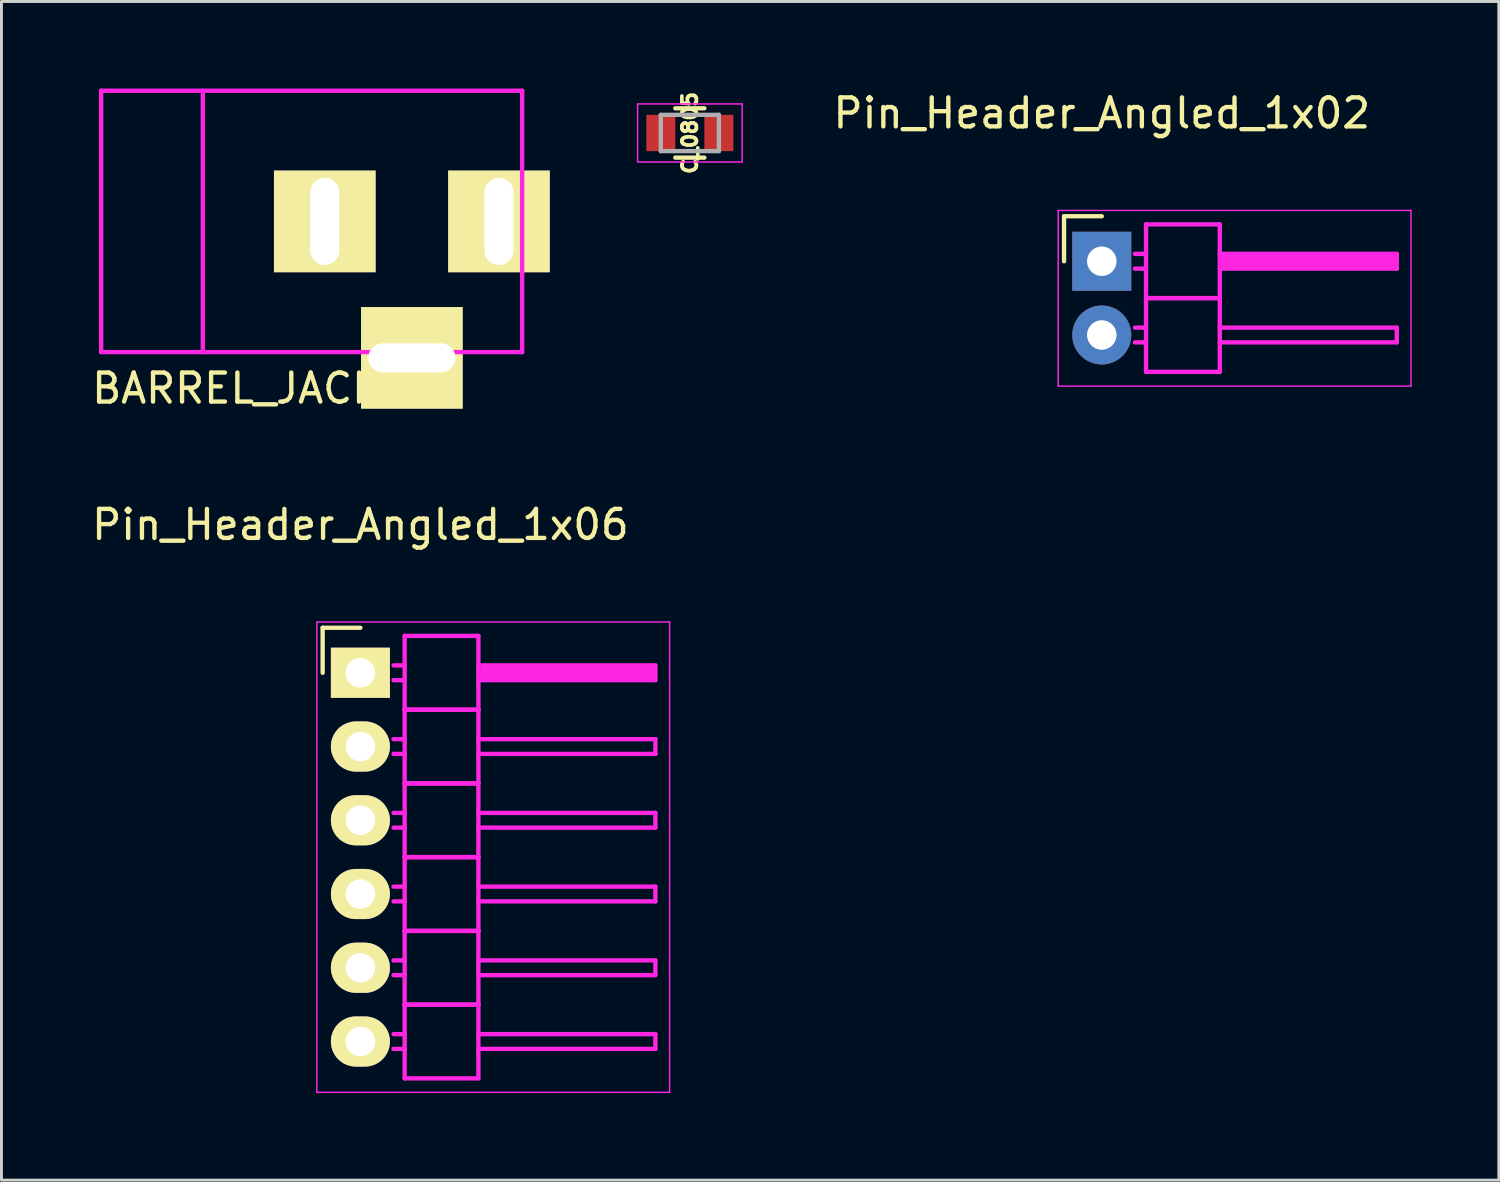
<source format=kicad_pcb>
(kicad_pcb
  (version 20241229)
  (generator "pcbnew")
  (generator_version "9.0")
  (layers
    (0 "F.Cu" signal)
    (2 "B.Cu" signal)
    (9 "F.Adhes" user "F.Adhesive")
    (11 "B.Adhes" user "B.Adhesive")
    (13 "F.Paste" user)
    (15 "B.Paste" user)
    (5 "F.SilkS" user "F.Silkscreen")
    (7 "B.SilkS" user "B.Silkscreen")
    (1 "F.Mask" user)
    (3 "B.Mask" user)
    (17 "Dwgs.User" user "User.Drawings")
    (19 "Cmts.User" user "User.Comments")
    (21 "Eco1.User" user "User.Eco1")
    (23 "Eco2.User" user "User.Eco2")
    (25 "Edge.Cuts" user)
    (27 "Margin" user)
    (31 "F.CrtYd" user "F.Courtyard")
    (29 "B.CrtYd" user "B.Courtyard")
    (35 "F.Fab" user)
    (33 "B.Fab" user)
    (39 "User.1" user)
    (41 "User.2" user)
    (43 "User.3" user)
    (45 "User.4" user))
  (footprint "Pin_Header_Angled_1x06"
    (layer "F.Cu")
    (at 9.363 20.122)
    (property "Reference" "Pin_Header_Angled_1x06" (at 0 -5.1 0) (layer "F.SilkS") (effects (font (size 1 1) (thickness 0.15))))
    (attr through_hole)
    (fp_line (start -1.3 -1.55) (end -1.3 0) (stroke (width 0.15) (type solid)) (layer "F.SilkS"))
    (fp_line (start 0 -1.55) (end -1.3 -1.55) (stroke (width 0.15) (type solid)) (layer "F.SilkS"))
    (fp_line (start -1.5 -1.75) (end -1.5 14.45) (stroke (width 0.05) (type solid)) (layer "F.CrtYd"))
    (fp_line (start -1.5 -1.75) (end 10.65 -1.75) (stroke (width 0.05) (type solid)) (layer "F.CrtYd"))
    (fp_line (start -1.5 14.45) (end 10.65 14.45) (stroke (width 0.05) (type solid)) (layer "F.CrtYd"))
    (fp_line (start 1.524 -1.27) (end 1.524 1.27) (stroke (width 0.15) (type solid)) (layer "F.CrtYd"))
    (fp_line (start 1.524 -1.27) (end 4.064 -1.27) (stroke (width 0.15) (type solid)) (layer "F.CrtYd"))
    (fp_line (start 1.524 -0.254) (end 1.143 -0.254) (stroke (width 0.15) (type solid)) (layer "F.CrtYd"))
    (fp_line (start 1.524 0.254) (end 1.143 0.254) (stroke (width 0.15) (type solid)) (layer "F.CrtYd"))
    (fp_line (start 1.524 1.27) (end 1.524 3.81) (stroke (width 0.15) (type solid)) (layer "F.CrtYd"))
    (fp_line (start 1.524 1.27) (end 4.064 1.27) (stroke (width 0.15) (type solid)) (layer "F.CrtYd"))
    (fp_line (start 1.524 1.27) (end 4.064 1.27) (stroke (width 0.15) (type solid)) (layer "F.CrtYd"))
    (fp_line (start 1.524 2.286) (end 1.143 2.286) (stroke (width 0.15) (type solid)) (layer "F.CrtYd"))
    (fp_line (start 1.524 2.794) (end 1.143 2.794) (stroke (width 0.15) (type solid)) (layer "F.CrtYd"))
    (fp_line (start 1.524 3.81) (end 1.524 6.35) (stroke (width 0.15) (type solid)) (layer "F.CrtYd"))
    (fp_line (start 1.524 3.81) (end 4.064 3.81) (stroke (width 0.15) (type solid)) (layer "F.CrtYd"))
    (fp_line (start 1.524 3.81) (end 4.064 3.81) (stroke (width 0.15) (type solid)) (layer "F.CrtYd"))
    (fp_line (start 1.524 4.826) (end 1.143 4.826) (stroke (width 0.15) (type solid)) (layer "F.CrtYd"))
    (fp_line (start 1.524 5.334) (end 1.143 5.334) (stroke (width 0.15) (type solid)) (layer "F.CrtYd"))
    (fp_line (start 1.524 6.35) (end 1.524 8.89) (stroke (width 0.15) (type solid)) (layer "F.CrtYd"))
    (fp_line (start 1.524 6.35) (end 4.064 6.35) (stroke (width 0.15) (type solid)) (layer "F.CrtYd"))
    (fp_line (start 1.524 6.35) (end 4.064 6.35) (stroke (width 0.15) (type solid)) (layer "F.CrtYd"))
    (fp_line (start 1.524 7.366) (end 1.143 7.366) (stroke (width 0.15) (type solid)) (layer "F.CrtYd"))
    (fp_line (start 1.524 7.874) (end 1.143 7.874) (stroke (width 0.15) (type solid)) (layer "F.CrtYd"))
    (fp_line (start 1.524 8.89) (end 1.524 11.43) (stroke (width 0.15) (type solid)) (layer "F.CrtYd"))
    (fp_line (start 1.524 8.89) (end 4.064 8.89) (stroke (width 0.15) (type solid)) (layer "F.CrtYd"))
    (fp_line (start 1.524 8.89) (end 4.064 8.89) (stroke (width 0.15) (type solid)) (layer "F.CrtYd"))
    (fp_line (start 1.524 9.906) (end 1.143 9.906) (stroke (width 0.15) (type solid)) (layer "F.CrtYd"))
    (fp_line (start 1.524 10.414) (end 1.143 10.414) (stroke (width 0.15) (type solid)) (layer "F.CrtYd"))
    (fp_line (start 1.524 11.43) (end 1.524 13.97) (stroke (width 0.15) (type solid)) (layer "F.CrtYd"))
    (fp_line (start 1.524 11.43) (end 4.064 11.43) (stroke (width 0.15) (type solid)) (layer "F.CrtYd"))
    (fp_line (start 1.524 11.43) (end 4.064 11.43) (stroke (width 0.15) (type solid)) (layer "F.CrtYd"))
    (fp_line (start 1.524 12.446) (end 1.143 12.446) (stroke (width 0.15) (type solid)) (layer "F.CrtYd"))
    (fp_line (start 1.524 12.954) (end 1.143 12.954) (stroke (width 0.15) (type solid)) (layer "F.CrtYd"))
    (fp_line (start 1.524 13.97) (end 4.064 13.97) (stroke (width 0.15) (type solid)) (layer "F.CrtYd"))
    (fp_line (start 4.064 -0.254) (end 10.16 -0.254) (stroke (width 0.15) (type solid)) (layer "F.CrtYd"))
    (fp_line (start 4.064 1.27) (end 4.064 -1.27) (stroke (width 0.15) (type solid)) (layer "F.CrtYd"))
    (fp_line (start 4.064 2.286) (end 10.16 2.286) (stroke (width 0.15) (type solid)) (layer "F.CrtYd"))
    (fp_line (start 4.064 3.81) (end 4.064 1.27) (stroke (width 0.15) (type solid)) (layer "F.CrtYd"))
    (fp_line (start 4.064 4.826) (end 10.16 4.826) (stroke (width 0.15) (type solid)) (layer "F.CrtYd"))
    (fp_line (start 4.064 6.35) (end 4.064 3.81) (stroke (width 0.15) (type solid)) (layer "F.CrtYd"))
    (fp_line (start 4.064 7.366) (end 10.16 7.366) (stroke (width 0.15) (type solid)) (layer "F.CrtYd"))
    (fp_line (start 4.064 8.89) (end 4.064 6.35) (stroke (width 0.15) (type solid)) (layer "F.CrtYd"))
    (fp_line (start 4.064 9.906) (end 10.16 9.906) (stroke (width 0.15) (type solid)) (layer "F.CrtYd"))
    (fp_line (start 4.064 11.43) (end 4.064 8.89) (stroke (width 0.15) (type solid)) (layer "F.CrtYd"))
    (fp_line (start 4.064 12.446) (end 10.16 12.446) (stroke (width 0.15) (type solid)) (layer "F.CrtYd"))
    (fp_line (start 4.064 13.97) (end 4.064 11.43) (stroke (width 0.15) (type solid)) (layer "F.CrtYd"))
    (fp_line (start 4.191 -0.127) (end 10.033 -0.127) (stroke (width 0.15) (type solid)) (layer "F.CrtYd"))
    (fp_line (start 4.191 0) (end 10.033 0) (stroke (width 0.15) (type solid)) (layer "F.CrtYd"))
    (fp_line (start 4.191 0.127) (end 4.191 0) (stroke (width 0.15) (type solid)) (layer "F.CrtYd"))
    (fp_line (start 10.033 -0.127) (end 10.033 0.127) (stroke (width 0.15) (type solid)) (layer "F.CrtYd"))
    (fp_line (start 10.033 0.127) (end 4.191 0.127) (stroke (width 0.15) (type solid)) (layer "F.CrtYd"))
    (fp_line (start 10.16 -0.254) (end 10.16 0.254) (stroke (width 0.15) (type solid)) (layer "F.CrtYd"))
    (fp_line (start 10.16 0.254) (end 4.064 0.254) (stroke (width 0.15) (type solid)) (layer "F.CrtYd"))
    (fp_line (start 10.16 2.286) (end 10.16 2.794) (stroke (width 0.15) (type solid)) (layer "F.CrtYd"))
    (fp_line (start 10.16 2.794) (end 4.064 2.794) (stroke (width 0.15) (type solid)) (layer "F.CrtYd"))
    (fp_line (start 10.16 4.826) (end 10.16 5.334) (stroke (width 0.15) (type solid)) (layer "F.CrtYd"))
    (fp_line (start 10.16 5.334) (end 4.064 5.334) (stroke (width 0.15) (type solid)) (layer "F.CrtYd"))
    (fp_line (start 10.16 7.366) (end 10.16 7.874) (stroke (width 0.15) (type solid)) (layer "F.CrtYd"))
    (fp_line (start 10.16 7.874) (end 4.064 7.874) (stroke (width 0.15) (type solid)) (layer "F.CrtYd"))
    (fp_line (start 10.16 9.906) (end 10.16 10.414) (stroke (width 0.15) (type solid)) (layer "F.CrtYd"))
    (fp_line (start 10.16 10.414) (end 4.064 10.414) (stroke (width 0.15) (type solid)) (layer "F.CrtYd"))
    (fp_line (start 10.16 12.446) (end 10.16 12.954) (stroke (width 0.15) (type solid)) (layer "F.CrtYd"))
    (fp_line (start 10.16 12.954) (end 4.064 12.954) (stroke (width 0.15) (type solid)) (layer "F.CrtYd"))
    (fp_line (start 10.65 -1.75) (end 10.65 14.45) (stroke (width 0.05) (type solid)) (layer "F.CrtYd"))
    (pad "1" thru_hole rect (at 0 0) (size 2.032 1.727) (drill 1.016) (layers "*.Cu" "*.Mask" "F.SilkS"))
    (pad "2" thru_hole oval (at 0 2.54) (size 2.032 1.727) (drill 1.016) (layers "*.Cu" "*.Mask" "F.SilkS"))
    (pad "3" thru_hole oval (at 0 5.08) (size 2.032 1.727) (drill 1.016) (layers "*.Cu" "*.Mask" "F.SilkS"))
    (pad "4" thru_hole oval (at 0 7.62) (size 2.032 1.727) (drill 1.016) (layers "*.Cu" "*.Mask" "F.SilkS"))
    (pad "5" thru_hole oval (at 0 10.16) (size 2.032 1.727) (drill 1.016) (layers "*.Cu" "*.Mask" "F.SilkS"))
    (pad "6" thru_hole oval (at 0 12.7) (size 2.032 1.727) (drill 1.016) (layers "*.Cu" "*.Mask" "F.SilkS")))
  (footprint "BARREL_JACK"
    (layer "F.Cu")
    (at 7.935 4.576)
    (property "Reference" "BARREL_JACK" (at -2.833 5.75 0) (layer "F.SilkS") (effects (font (size 1 1) (thickness 0.15))))
    (attr through_hole)
    (fp_line (start -7.501 -4.501) (end -7.501 4.501) (stroke (width 0.15) (type solid)) (layer "F.CrtYd"))
    (fp_line (start -7.501 4.501) (end 7 4.501) (stroke (width 0.15) (type solid)) (layer "F.CrtYd"))
    (fp_line (start -4 -4.501) (end -4 4.501) (stroke (width 0.15) (type solid)) (layer "F.CrtYd"))
    (fp_line (start 7 -4.501) (end -7.501 -4.501) (stroke (width 0.15) (type solid)) (layer "F.CrtYd"))
    (fp_line (start 7 4.501) (end 7 -4.501) (stroke (width 0.15) (type solid)) (layer "F.CrtYd"))
    (pad "1" thru_hole rect (at 6.2 0) (size 3.5 3.5) (drill oval 1.001 3) (layers "*.Cu" "*.Mask" "F.SilkS"))
    (pad "2" thru_hole rect (at 0.201 0) (size 3.5 3.5) (drill oval 1.001 3) (layers "*.Cu" "*.Mask" "F.SilkS"))
    (pad "3" thru_hole rect (at 3.2 4.699) (size 3.5 3.5) (drill oval 3 1.001) (layers "*.Cu" "*.Mask" "F.SilkS")))
  (footprint "C_0805"
    (layer "F.Cu")
    (at 20.71 1.53)
    (property "Reference" "C_0805" (at 0 0 90) (layer "F.SilkS") (effects (font (size 0.5 0.5) (thickness 0.125))))
    (attr smd)
    (fp_line (start -0.5 0.85) (end 0.5 0.85) (stroke (width 0.15) (type solid)) (layer "F.SilkS"))
    (fp_line (start 0.5 -0.85) (end -0.5 -0.85) (stroke (width 0.15) (type solid)) (layer "F.SilkS"))
    (fp_line (start -1.8 -1) (end -1.8 1) (stroke (width 0.05) (type solid)) (layer "F.CrtYd"))
    (fp_line (start -1.8 -1) (end 1.8 -1) (stroke (width 0.05) (type solid)) (layer "F.CrtYd"))
    (fp_line (start -1.8 1) (end 1.8 1) (stroke (width 0.05) (type solid)) (layer "F.CrtYd"))
    (fp_line (start 1.8 -1) (end 1.8 1) (stroke (width 0.05) (type solid)) (layer "F.CrtYd"))
    (fp_line (start -1 -0.625) (end 1 -0.625) (stroke (width 0.15) (type solid)) (layer "F.Fab"))
    (fp_line (start -1 0.625) (end -1 -0.625) (stroke (width 0.15) (type solid)) (layer "F.Fab"))
    (fp_line (start 1 -0.625) (end 1 0.625) (stroke (width 0.15) (type solid)) (layer "F.Fab"))
    (fp_line (start 1 0.625) (end -1 0.625) (stroke (width 0.15) (type solid)) (layer "F.Fab"))
    (pad "1" smd rect (at -1 0) (size 1 1.25) (layers "F.Cu" "F.Mask" "F.Paste"))
    (pad "2" smd rect (at 1 0) (size 1 1.25) (layers "F.Cu" "F.Mask" "F.Paste")))
  (footprint "Pin_Header_Angled_1x02"
    (layer "F.Cu")
    (at 34.898 5.948)
    (property "Reference" "Pin_Header_Angled_1x02" (at 0 -5.1 0) (layer "F.SilkS") (effects (font (size 1 1) (thickness 0.15))))
    (attr through_hole)
    (fp_line (start -1.3 -1.55) (end -1.3 0) (stroke (width 0.15) (type solid)) (layer "F.SilkS"))
    (fp_line (start 0 -1.55) (end -1.3 -1.55) (stroke (width 0.15) (type solid)) (layer "F.SilkS"))
    (fp_line (start -1.5 -1.75) (end -1.5 4.3) (stroke (width 0.05) (type solid)) (layer "F.CrtYd"))
    (fp_line (start -1.5 -1.75) (end 10.65 -1.75) (stroke (width 0.05) (type solid)) (layer "F.CrtYd"))
    (fp_line (start -1.5 4.3) (end 10.65 4.3) (stroke (width 0.05) (type solid)) (layer "F.CrtYd"))
    (fp_line (start 1.524 -1.27) (end 1.524 1.27) (stroke (width 0.15) (type solid)) (layer "F.CrtYd"))
    (fp_line (start 1.524 -1.27) (end 4.064 -1.27) (stroke (width 0.15) (type solid)) (layer "F.CrtYd"))
    (fp_line (start 1.524 -0.254) (end 1.143 -0.254) (stroke (width 0.15) (type solid)) (layer "F.CrtYd"))
    (fp_line (start 1.524 0.254) (end 1.143 0.254) (stroke (width 0.15) (type solid)) (layer "F.CrtYd"))
    (fp_line (start 1.524 1.27) (end 1.524 3.81) (stroke (width 0.15) (type solid)) (layer "F.CrtYd"))
    (fp_line (start 1.524 1.27) (end 4.064 1.27) (stroke (width 0.15) (type solid)) (layer "F.CrtYd"))
    (fp_line (start 1.524 1.27) (end 4.064 1.27) (stroke (width 0.15) (type solid)) (layer "F.CrtYd"))
    (fp_line (start 1.524 2.286) (end 1.143 2.286) (stroke (width 0.15) (type solid)) (layer "F.CrtYd"))
    (fp_line (start 1.524 2.794) (end 1.143 2.794) (stroke (width 0.15) (type solid)) (layer "F.CrtYd"))
    (fp_line (start 1.524 3.81) (end 4.064 3.81) (stroke (width 0.15) (type solid)) (layer "F.CrtYd"))
    (fp_line (start 4.064 -0.254) (end 10.16 -0.254) (stroke (width 0.15) (type solid)) (layer "F.CrtYd"))
    (fp_line (start 4.064 1.27) (end 4.064 -1.27) (stroke (width 0.15) (type solid)) (layer "F.CrtYd"))
    (fp_line (start 4.064 2.286) (end 10.16 2.286) (stroke (width 0.15) (type solid)) (layer "F.CrtYd"))
    (fp_line (start 4.064 3.81) (end 4.064 1.27) (stroke (width 0.15) (type solid)) (layer "F.CrtYd"))
    (fp_line (start 4.191 -0.127) (end 10.033 -0.127) (stroke (width 0.15) (type solid)) (layer "F.CrtYd"))
    (fp_line (start 4.191 0) (end 10.033 0) (stroke (width 0.15) (type solid)) (layer "F.CrtYd"))
    (fp_line (start 4.191 0.127) (end 4.191 0) (stroke (width 0.15) (type solid)) (layer "F.CrtYd"))
    (fp_line (start 10.033 -0.127) (end 10.033 0.127) (stroke (width 0.15) (type solid)) (layer "F.CrtYd"))
    (fp_line (start 10.033 0.127) (end 4.191 0.127) (stroke (width 0.15) (type solid)) (layer "F.CrtYd"))
    (fp_line (start 10.16 -0.254) (end 10.16 0.254) (stroke (width 0.15) (type solid)) (layer "F.CrtYd"))
    (fp_line (start 10.16 0.254) (end 4.064 0.254) (stroke (width 0.15) (type solid)) (layer "F.CrtYd"))
    (fp_line (start 10.16 2.286) (end 10.16 2.794) (stroke (width 0.15) (type solid)) (layer "F.CrtYd"))
    (fp_line (start 10.16 2.794) (end 4.064 2.794) (stroke (width 0.15) (type solid)) (layer "F.CrtYd"))
    (fp_line (start 10.65 -1.75) (end 10.65 4.3) (stroke (width 0.05) (type solid)) (layer "F.CrtYd"))
    (pad "1" thru_hole rect (at 0 0) (size 2.032 2.032) (drill 1.016) (layers "*.Cu" "*.Mask"))
    (pad "2" thru_hole oval (at 0 2.54) (size 2.032 2.032) (drill 1.016) (layers "*.Cu" "*.Mask")))
  (gr_rect
    (start -3 -3)
    (end 48.573 37.597)
    (stroke (width 0.1) (type default))
    (fill no)
    (layer "Edge.Cuts")))
</source>
